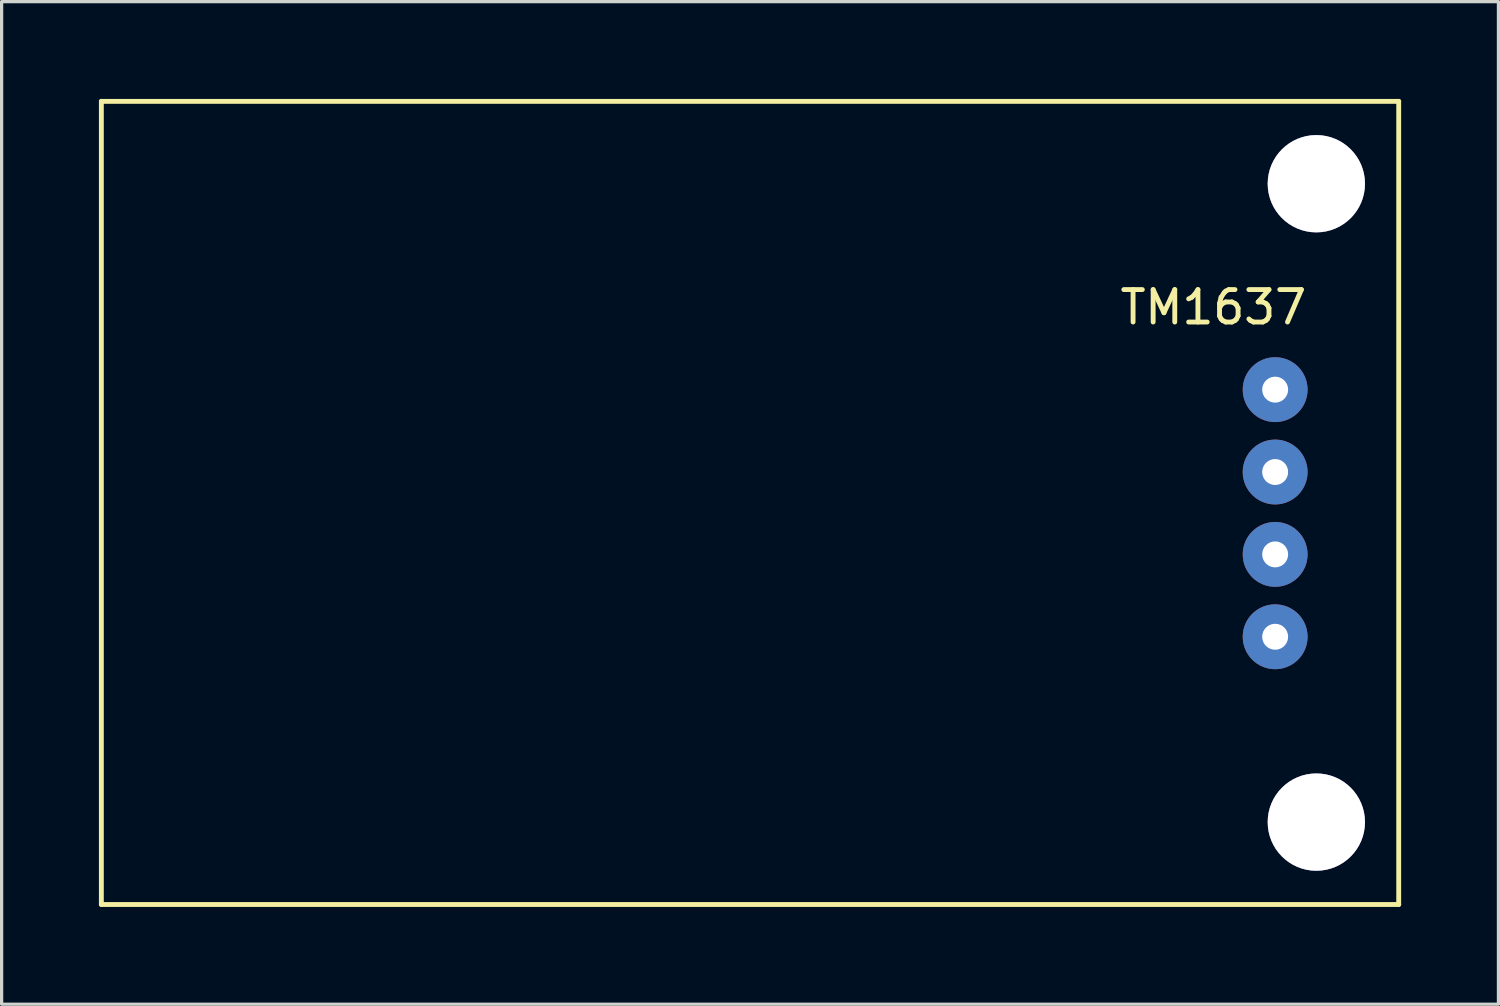
<source format=kicad_pcb>
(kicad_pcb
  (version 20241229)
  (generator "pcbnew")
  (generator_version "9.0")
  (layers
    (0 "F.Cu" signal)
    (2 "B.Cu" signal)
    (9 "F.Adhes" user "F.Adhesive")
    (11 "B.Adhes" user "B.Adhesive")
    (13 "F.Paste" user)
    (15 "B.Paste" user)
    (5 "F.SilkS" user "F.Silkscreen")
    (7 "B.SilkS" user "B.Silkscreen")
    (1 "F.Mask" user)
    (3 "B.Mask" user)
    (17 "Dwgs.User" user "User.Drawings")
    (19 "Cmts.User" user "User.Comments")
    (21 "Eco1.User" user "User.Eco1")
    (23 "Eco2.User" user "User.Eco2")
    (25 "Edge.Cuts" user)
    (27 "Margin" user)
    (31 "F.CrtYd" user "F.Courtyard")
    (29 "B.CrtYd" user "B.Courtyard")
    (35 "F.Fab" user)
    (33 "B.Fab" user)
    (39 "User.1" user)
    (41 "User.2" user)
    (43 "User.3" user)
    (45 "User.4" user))
  (footprint "TM1637"
    (layer "F.Cu")
    (at 36.27 8.965)
    (property "Reference" "TM1637" (at -1.905 -2.54 0) (layer "F.SilkS") (effects (font (size 1 1) (thickness 0.15))))
    (attr through_hole)
    (fp_line (start -36.195 -8.89) (end 3.81 -8.89) (stroke (width 0.15) (type solid)) (layer "F.SilkS"))
    (fp_line (start -36.195 15.875) (end -36.195 -8.89) (stroke (width 0.15) (type solid)) (layer "F.SilkS"))
    (fp_line (start 3.81 -8.89) (end 3.81 15.875) (stroke (width 0.15) (type solid)) (layer "F.SilkS"))
    (fp_line (start 3.81 15.875) (end -36.195 15.875) (stroke (width 0.15) (type solid)) (layer "F.SilkS"))
    (pad "1" thru_hole circle (at 0 7.62) (size 2 2) (drill 0.8) (layers "*.Cu" "*.Mask"))
    (pad "2" thru_hole circle (at 0 5.08) (size 2 2) (drill 0.8) (layers "*.Cu" "*.Mask"))
    (pad "3" thru_hole circle (at 0 2.54) (size 2 2) (drill 0.8) (layers "*.Cu" "*.Mask"))
    (pad "4" thru_hole circle (at 0 0) (size 2 2) (drill 0.8) (layers "*.Cu" "*.Mask"))
    (pad "5" thru_hole circle (at 1.27 -6.35) (size 3 3) (drill 3) (layers "*.Cu" "*.Mask"))
    (pad "5" thru_hole circle (at 1.27 13.335) (size 3 3) (drill 3) (layers "*.Cu" "*.Mask")))
  (gr_rect
    (start -3 -3)
    (end 43.155 27.915)
    (stroke (width 0.1) (type default))
    (fill no)
    (layer "Edge.Cuts")))
</source>
